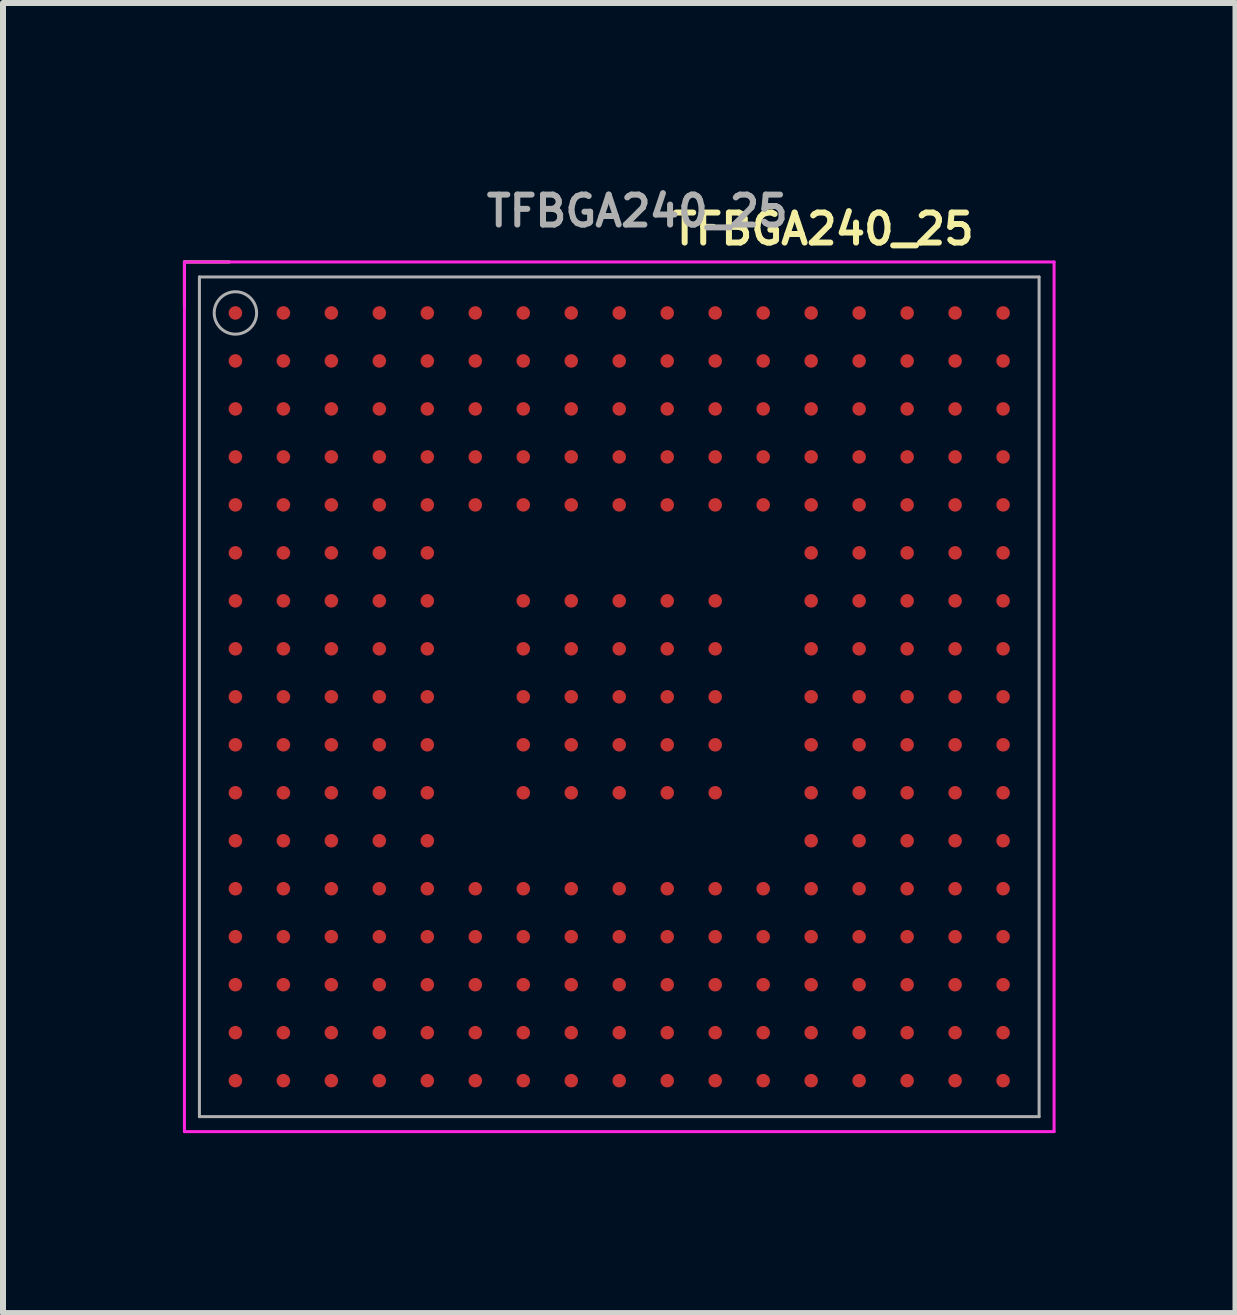
<source format=kicad_pcb>
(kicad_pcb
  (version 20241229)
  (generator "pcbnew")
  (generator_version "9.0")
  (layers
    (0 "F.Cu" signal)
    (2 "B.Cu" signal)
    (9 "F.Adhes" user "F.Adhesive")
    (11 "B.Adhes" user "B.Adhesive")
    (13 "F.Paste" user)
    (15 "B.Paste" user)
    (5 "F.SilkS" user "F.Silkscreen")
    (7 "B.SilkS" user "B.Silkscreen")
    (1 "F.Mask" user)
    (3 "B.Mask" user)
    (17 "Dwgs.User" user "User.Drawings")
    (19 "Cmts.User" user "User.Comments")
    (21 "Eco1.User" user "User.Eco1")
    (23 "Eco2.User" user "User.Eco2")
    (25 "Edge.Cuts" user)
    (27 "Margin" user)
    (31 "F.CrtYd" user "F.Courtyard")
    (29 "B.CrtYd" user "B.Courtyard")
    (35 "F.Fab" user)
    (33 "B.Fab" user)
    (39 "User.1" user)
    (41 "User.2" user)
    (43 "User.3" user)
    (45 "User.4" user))
  (footprint "TFBGA240_25"
    (layer "F.Cu")
    (at 7.275 8.568)
    (property "Reference" "TFBGA240_25" (at 3.4 -7.8 0) (layer "F.SilkS") (effects (font (size 0.5 0.5) (thickness 0.1))))
    (attr smd)
    (fp_line (start -7.25 -7.25) (end -7.25 -6.5) (stroke (width 0.05) (type solid)) (layer "F.SilkS"))
    (fp_line (start -6.5 -7.25) (end -7.25 -7.25) (stroke (width 0.05) (type solid)) (layer "F.SilkS"))
    (fp_line (start -7.25 -7.25) (end 7.25 -7.25) (stroke (width 0.05) (type solid)) (layer "F.CrtYd"))
    (fp_line (start -7.25 7.25) (end -7.25 -7.25) (stroke (width 0.05) (type solid)) (layer "F.CrtYd"))
    (fp_line (start 7.25 -7.25) (end 7.25 7.25) (stroke (width 0.05) (type solid)) (layer "F.CrtYd"))
    (fp_line (start 7.25 7.25) (end -7.25 7.25) (stroke (width 0.05) (type solid)) (layer "F.CrtYd"))
    (fp_line (start -7 -7) (end 7 -7) (stroke (width 0.05) (type solid)) (layer "F.Fab"))
    (fp_line (start -7 7) (end -7 -7) (stroke (width 0.05) (type solid)) (layer "F.Fab"))
    (fp_line (start 7 -7) (end 7 7) (stroke (width 0.05) (type solid)) (layer "F.Fab"))
    (fp_line (start 7 7) (end -7 7) (stroke (width 0.05) (type solid)) (layer "F.Fab"))
    (fp_circle (center -6.4 -6.4) (end -6.15 -6.15) (stroke (width 0.05) (type solid)) (fill no) (layer "F.Fab"))
    (fp_text user "${REFERENCE}" (at 0.3 -8.1 0) (layer "F.Fab") (effects (font (size 0.5 0.5) (thickness 0.1))))
    (pad "A1" smd circle (at -6.4 -6.4) (size 0.225 0.225) (layers "F.Cu" "F.Mask"))
    (pad "A2" smd circle (at -5.6 -6.4) (size 0.225 0.225) (layers "F.Cu" "F.Mask"))
    (pad "A3" smd circle (at -4.8 -6.4) (size 0.225 0.225) (layers "F.Cu" "F.Mask"))
    (pad "A4" smd circle (at -4 -6.4) (size 0.225 0.225) (layers "F.Cu" "F.Mask"))
    (pad "A5" smd circle (at -3.2 -6.4) (size 0.225 0.225) (layers "F.Cu" "F.Mask"))
    (pad "A6" smd circle (at -2.4 -6.4) (size 0.225 0.225) (layers "F.Cu" "F.Mask"))
    (pad "A7" smd circle (at -1.6 -6.4) (size 0.225 0.225) (layers "F.Cu" "F.Mask"))
    (pad "A8" smd circle (at -0.8 -6.4) (size 0.225 0.225) (layers "F.Cu" "F.Mask"))
    (pad "A9" smd circle (at 0 -6.4) (size 0.225 0.225) (layers "F.Cu" "F.Mask"))
    (pad "A10" smd circle (at 0.8 -6.4) (size 0.225 0.225) (layers "F.Cu" "F.Mask"))
    (pad "A11" smd circle (at 1.6 -6.4) (size 0.225 0.225) (layers "F.Cu" "F.Mask"))
    (pad "A12" smd circle (at 2.4 -6.4) (size 0.225 0.225) (layers "F.Cu" "F.Mask"))
    (pad "A13" smd circle (at 3.2 -6.4) (size 0.225 0.225) (layers "F.Cu" "F.Mask"))
    (pad "A14" smd circle (at 4 -6.4) (size 0.225 0.225) (layers "F.Cu" "F.Mask"))
    (pad "A15" smd circle (at 4.8 -6.4) (size 0.225 0.225) (layers "F.Cu" "F.Mask"))
    (pad "A16" smd circle (at 5.6 -6.4) (size 0.225 0.225) (layers "F.Cu" "F.Mask"))
    (pad "A17" smd circle (at 6.4 -6.4) (size 0.225 0.225) (layers "F.Cu" "F.Mask"))
    (pad "B1" smd circle (at -6.4 -5.6) (size 0.225 0.225) (layers "F.Cu" "F.Mask"))
    (pad "B2" smd circle (at -5.6 -5.6) (size 0.225 0.225) (layers "F.Cu" "F.Mask"))
    (pad "B3" smd circle (at -4.8 -5.6) (size 0.225 0.225) (layers "F.Cu" "F.Mask"))
    (pad "B4" smd circle (at -4 -5.6) (size 0.225 0.225) (layers "F.Cu" "F.Mask"))
    (pad "B5" smd circle (at -3.2 -5.6) (size 0.225 0.225) (layers "F.Cu" "F.Mask"))
    (pad "B6" smd circle (at -2.4 -5.6) (size 0.225 0.225) (layers "F.Cu" "F.Mask"))
    (pad "B7" smd circle (at -1.6 -5.6) (size 0.225 0.225) (layers "F.Cu" "F.Mask"))
    (pad "B8" smd circle (at -0.8 -5.6) (size 0.225 0.225) (layers "F.Cu" "F.Mask"))
    (pad "B9" smd circle (at 0 -5.6) (size 0.225 0.225) (layers "F.Cu" "F.Mask"))
    (pad "B10" smd circle (at 0.8 -5.6) (size 0.225 0.225) (layers "F.Cu" "F.Mask"))
    (pad "B11" smd circle (at 1.6 -5.6) (size 0.225 0.225) (layers "F.Cu" "F.Mask"))
    (pad "B12" smd circle (at 2.4 -5.6) (size 0.225 0.225) (layers "F.Cu" "F.Mask"))
    (pad "B13" smd circle (at 3.2 -5.6) (size 0.225 0.225) (layers "F.Cu" "F.Mask"))
    (pad "B14" smd circle (at 4 -5.6) (size 0.225 0.225) (layers "F.Cu" "F.Mask"))
    (pad "B15" smd circle (at 4.8 -5.6) (size 0.225 0.225) (layers "F.Cu" "F.Mask"))
    (pad "B16" smd circle (at 5.6 -5.6) (size 0.225 0.225) (layers "F.Cu" "F.Mask"))
    (pad "B17" smd circle (at 6.4 -5.6) (size 0.225 0.225) (layers "F.Cu" "F.Mask"))
    (pad "C1" smd circle (at -6.4 -4.8) (size 0.225 0.225) (layers "F.Cu" "F.Mask"))
    (pad "C2" smd circle (at -5.6 -4.8) (size 0.225 0.225) (layers "F.Cu" "F.Mask"))
    (pad "C3" smd circle (at -4.8 -4.8) (size 0.225 0.225) (layers "F.Cu" "F.Mask"))
    (pad "C4" smd circle (at -4 -4.8) (size 0.225 0.225) (layers "F.Cu" "F.Mask"))
    (pad "C5" smd circle (at -3.2 -4.8) (size 0.225 0.225) (layers "F.Cu" "F.Mask"))
    (pad "C6" smd circle (at -2.4 -4.8) (size 0.225 0.225) (layers "F.Cu" "F.Mask"))
    (pad "C7" smd circle (at -1.6 -4.8) (size 0.225 0.225) (layers "F.Cu" "F.Mask"))
    (pad "C8" smd circle (at -0.8 -4.8) (size 0.225 0.225) (layers "F.Cu" "F.Mask"))
    (pad "C9" smd circle (at 0 -4.8) (size 0.225 0.225) (layers "F.Cu" "F.Mask"))
    (pad "C10" smd circle (at 0.8 -4.8) (size 0.225 0.225) (layers "F.Cu" "F.Mask"))
    (pad "C11" smd circle (at 1.6 -4.8) (size 0.225 0.225) (layers "F.Cu" "F.Mask"))
    (pad "C12" smd circle (at 2.4 -4.8) (size 0.225 0.225) (layers "F.Cu" "F.Mask"))
    (pad "C13" smd circle (at 3.2 -4.8) (size 0.225 0.225) (layers "F.Cu" "F.Mask"))
    (pad "C14" smd circle (at 4 -4.8) (size 0.225 0.225) (layers "F.Cu" "F.Mask"))
    (pad "C15" smd circle (at 4.8 -4.8) (size 0.225 0.225) (layers "F.Cu" "F.Mask"))
    (pad "C16" smd circle (at 5.6 -4.8) (size 0.225 0.225) (layers "F.Cu" "F.Mask"))
    (pad "C17" smd circle (at 6.4 -4.8) (size 0.225 0.225) (layers "F.Cu" "F.Mask"))
    (pad "D1" smd circle (at -6.4 -4) (size 0.225 0.225) (layers "F.Cu" "F.Mask"))
    (pad "D2" smd circle (at -5.6 -4) (size 0.225 0.225) (layers "F.Cu" "F.Mask"))
    (pad "D3" smd circle (at -4.8 -4) (size 0.225 0.225) (layers "F.Cu" "F.Mask"))
    (pad "D4" smd circle (at -4 -4) (size 0.225 0.225) (layers "F.Cu" "F.Mask"))
    (pad "D5" smd circle (at -3.2 -4) (size 0.225 0.225) (layers "F.Cu" "F.Mask"))
    (pad "D6" smd circle (at -2.4 -4) (size 0.225 0.225) (layers "F.Cu" "F.Mask"))
    (pad "D7" smd circle (at -1.6 -4) (size 0.225 0.225) (layers "F.Cu" "F.Mask"))
    (pad "D8" smd circle (at -0.8 -4) (size 0.225 0.225) (layers "F.Cu" "F.Mask"))
    (pad "D9" smd circle (at 0 -4) (size 0.225 0.225) (layers "F.Cu" "F.Mask"))
    (pad "D10" smd circle (at 0.8 -4) (size 0.225 0.225) (layers "F.Cu" "F.Mask"))
    (pad "D11" smd circle (at 1.6 -4) (size 0.225 0.225) (layers "F.Cu" "F.Mask"))
    (pad "D12" smd circle (at 2.4 -4) (size 0.225 0.225) (layers "F.Cu" "F.Mask"))
    (pad "D13" smd circle (at 3.2 -4) (size 0.225 0.225) (layers "F.Cu" "F.Mask"))
    (pad "D14" smd circle (at 4 -4) (size 0.225 0.225) (layers "F.Cu" "F.Mask"))
    (pad "D15" smd circle (at 4.8 -4) (size 0.225 0.225) (layers "F.Cu" "F.Mask"))
    (pad "D16" smd circle (at 5.6 -4) (size 0.225 0.225) (layers "F.Cu" "F.Mask"))
    (pad "D17" smd circle (at 6.4 -4) (size 0.225 0.225) (layers "F.Cu" "F.Mask"))
    (pad "E1" smd circle (at -6.4 -3.2) (size 0.225 0.225) (layers "F.Cu" "F.Mask"))
    (pad "E2" smd circle (at -5.6 -3.2) (size 0.225 0.225) (layers "F.Cu" "F.Mask"))
    (pad "E3" smd circle (at -4.8 -3.2) (size 0.225 0.225) (layers "F.Cu" "F.Mask"))
    (pad "E4" smd circle (at -4 -3.2) (size 0.225 0.225) (layers "F.Cu" "F.Mask"))
    (pad "E5" smd circle (at -3.2 -3.2) (size 0.225 0.225) (layers "F.Cu" "F.Mask"))
    (pad "E6" smd circle (at -2.4 -3.2) (size 0.225 0.225) (layers "F.Cu" "F.Mask"))
    (pad "E7" smd circle (at -1.6 -3.2) (size 0.225 0.225) (layers "F.Cu" "F.Mask"))
    (pad "E8" smd circle (at -0.8 -3.2) (size 0.225 0.225) (layers "F.Cu" "F.Mask"))
    (pad "E9" smd circle (at 0 -3.2) (size 0.225 0.225) (layers "F.Cu" "F.Mask"))
    (pad "E10" smd circle (at 0.8 -3.2) (size 0.225 0.225) (layers "F.Cu" "F.Mask"))
    (pad "E11" smd circle (at 1.6 -3.2) (size 0.225 0.225) (layers "F.Cu" "F.Mask"))
    (pad "E12" smd circle (at 2.4 -3.2) (size 0.225 0.225) (layers "F.Cu" "F.Mask"))
    (pad "E13" smd circle (at 3.2 -3.2) (size 0.225 0.225) (layers "F.Cu" "F.Mask"))
    (pad "E14" smd circle (at 4 -3.2) (size 0.225 0.225) (layers "F.Cu" "F.Mask"))
    (pad "E15" smd circle (at 4.8 -3.2) (size 0.225 0.225) (layers "F.Cu" "F.Mask"))
    (pad "E16" smd circle (at 5.6 -3.2) (size 0.225 0.225) (layers "F.Cu" "F.Mask"))
    (pad "E17" smd circle (at 6.4 -3.2) (size 0.225 0.225) (layers "F.Cu" "F.Mask"))
    (pad "F1" smd circle (at -6.4 -2.4) (size 0.225 0.225) (layers "F.Cu" "F.Mask"))
    (pad "F2" smd circle (at -5.6 -2.4) (size 0.225 0.225) (layers "F.Cu" "F.Mask"))
    (pad "F3" smd circle (at -4.8 -2.4) (size 0.225 0.225) (layers "F.Cu" "F.Mask"))
    (pad "F4" smd circle (at -4 -2.4) (size 0.225 0.225) (layers "F.Cu" "F.Mask"))
    (pad "F5" smd circle (at -3.2 -2.4) (size 0.225 0.225) (layers "F.Cu" "F.Mask"))
    (pad "F13" smd circle (at 3.2 -2.4) (size 0.225 0.225) (layers "F.Cu" "F.Mask"))
    (pad "F14" smd circle (at 4 -2.4) (size 0.225 0.225) (layers "F.Cu" "F.Mask"))
    (pad "F15" smd circle (at 4.8 -2.4) (size 0.225 0.225) (layers "F.Cu" "F.Mask"))
    (pad "F16" smd circle (at 5.6 -2.4) (size 0.225 0.225) (layers "F.Cu" "F.Mask"))
    (pad "F17" smd circle (at 6.4 -2.4) (size 0.225 0.225) (layers "F.Cu" "F.Mask"))
    (pad "G1" smd circle (at -6.4 -1.6) (size 0.225 0.225) (layers "F.Cu" "F.Mask"))
    (pad "G2" smd circle (at -5.6 -1.6) (size 0.225 0.225) (layers "F.Cu" "F.Mask"))
    (pad "G3" smd circle (at -4.8 -1.6) (size 0.225 0.225) (layers "F.Cu" "F.Mask"))
    (pad "G4" smd circle (at -4 -1.6) (size 0.225 0.225) (layers "F.Cu" "F.Mask"))
    (pad "G5" smd circle (at -3.2 -1.6) (size 0.225 0.225) (layers "F.Cu" "F.Mask"))
    (pad "G7" smd circle (at -1.6 -1.6) (size 0.225 0.225) (layers "F.Cu" "F.Mask"))
    (pad "G8" smd circle (at -0.8 -1.6) (size 0.225 0.225) (layers "F.Cu" "F.Mask"))
    (pad "G9" smd circle (at 0 -1.6) (size 0.225 0.225) (layers "F.Cu" "F.Mask"))
    (pad "G10" smd circle (at 0.8 -1.6) (size 0.225 0.225) (layers "F.Cu" "F.Mask"))
    (pad "G11" smd circle (at 1.6 -1.6) (size 0.225 0.225) (layers "F.Cu" "F.Mask"))
    (pad "G13" smd circle (at 3.2 -1.6) (size 0.225 0.225) (layers "F.Cu" "F.Mask"))
    (pad "G14" smd circle (at 4 -1.6) (size 0.225 0.225) (layers "F.Cu" "F.Mask"))
    (pad "G15" smd circle (at 4.8 -1.6) (size 0.225 0.225) (layers "F.Cu" "F.Mask"))
    (pad "G16" smd circle (at 5.6 -1.6) (size 0.225 0.225) (layers "F.Cu" "F.Mask"))
    (pad "G17" smd circle (at 6.4 -1.6) (size 0.225 0.225) (layers "F.Cu" "F.Mask"))
    (pad "H1" smd circle (at -6.4 -0.8) (size 0.225 0.225) (layers "F.Cu" "F.Mask"))
    (pad "H2" smd circle (at -5.6 -0.8) (size 0.225 0.225) (layers "F.Cu" "F.Mask"))
    (pad "H3" smd circle (at -4.8 -0.8) (size 0.225 0.225) (layers "F.Cu" "F.Mask"))
    (pad "H4" smd circle (at -4 -0.8) (size 0.225 0.225) (layers "F.Cu" "F.Mask"))
    (pad "H5" smd circle (at -3.2 -0.8) (size 0.225 0.225) (layers "F.Cu" "F.Mask"))
    (pad "H7" smd circle (at -1.6 -0.8) (size 0.225 0.225) (layers "F.Cu" "F.Mask"))
    (pad "H8" smd circle (at -0.8 -0.8) (size 0.225 0.225) (layers "F.Cu" "F.Mask"))
    (pad "H9" smd circle (at 0 -0.8) (size 0.225 0.225) (layers "F.Cu" "F.Mask"))
    (pad "H10" smd circle (at 0.8 -0.8) (size 0.225 0.225) (layers "F.Cu" "F.Mask"))
    (pad "H11" smd circle (at 1.6 -0.8) (size 0.225 0.225) (layers "F.Cu" "F.Mask"))
    (pad "H13" smd circle (at 3.2 -0.8) (size 0.225 0.225) (layers "F.Cu" "F.Mask"))
    (pad "H14" smd circle (at 4 -0.8) (size 0.225 0.225) (layers "F.Cu" "F.Mask"))
    (pad "H15" smd circle (at 4.8 -0.8) (size 0.225 0.225) (layers "F.Cu" "F.Mask"))
    (pad "H16" smd circle (at 5.6 -0.8) (size 0.225 0.225) (layers "F.Cu" "F.Mask"))
    (pad "H17" smd circle (at 6.4 -0.8) (size 0.225 0.225) (layers "F.Cu" "F.Mask"))
    (pad "J1" smd circle (at -6.4 0) (size 0.225 0.225) (layers "F.Cu" "F.Mask"))
    (pad "J2" smd circle (at -5.6 0) (size 0.225 0.225) (layers "F.Cu" "F.Mask"))
    (pad "J3" smd circle (at -4.8 0) (size 0.225 0.225) (layers "F.Cu" "F.Mask"))
    (pad "J4" smd circle (at -4 0) (size 0.225 0.225) (layers "F.Cu" "F.Mask"))
    (pad "J5" smd circle (at -3.2 0) (size 0.225 0.225) (layers "F.Cu" "F.Mask"))
    (pad "J7" smd circle (at -1.6 0) (size 0.225 0.225) (layers "F.Cu" "F.Mask"))
    (pad "J8" smd circle (at -0.8 0) (size 0.225 0.225) (layers "F.Cu" "F.Mask"))
    (pad "J9" smd circle (at 0 0) (size 0.225 0.225) (layers "F.Cu" "F.Mask"))
    (pad "J10" smd circle (at 0.8 0) (size 0.225 0.225) (layers "F.Cu" "F.Mask"))
    (pad "J11" smd circle (at 1.6 0) (size 0.225 0.225) (layers "F.Cu" "F.Mask"))
    (pad "J13" smd circle (at 3.2 0) (size 0.225 0.225) (layers "F.Cu" "F.Mask"))
    (pad "J14" smd circle (at 4 0) (size 0.225 0.225) (layers "F.Cu" "F.Mask"))
    (pad "J15" smd circle (at 4.8 0) (size 0.225 0.225) (layers "F.Cu" "F.Mask"))
    (pad "J16" smd circle (at 5.6 0) (size 0.225 0.225) (layers "F.Cu" "F.Mask"))
    (pad "J17" smd circle (at 6.4 0) (size 0.225 0.225) (layers "F.Cu" "F.Mask"))
    (pad "K1" smd circle (at -6.4 0.8) (size 0.225 0.225) (layers "F.Cu" "F.Mask"))
    (pad "K2" smd circle (at -5.6 0.8) (size 0.225 0.225) (layers "F.Cu" "F.Mask"))
    (pad "K3" smd circle (at -4.8 0.8) (size 0.225 0.225) (layers "F.Cu" "F.Mask"))
    (pad "K4" smd circle (at -4 0.8) (size 0.225 0.225) (layers "F.Cu" "F.Mask"))
    (pad "K5" smd circle (at -3.2 0.8) (size 0.225 0.225) (layers "F.Cu" "F.Mask"))
    (pad "K7" smd circle (at -1.6 0.8) (size 0.225 0.225) (layers "F.Cu" "F.Mask"))
    (pad "K8" smd circle (at -0.8 0.8) (size 0.225 0.225) (layers "F.Cu" "F.Mask"))
    (pad "K9" smd circle (at 0 0.8) (size 0.225 0.225) (layers "F.Cu" "F.Mask"))
    (pad "K10" smd circle (at 0.8 0.8) (size 0.225 0.225) (layers "F.Cu" "F.Mask"))
    (pad "K11" smd circle (at 1.6 0.8) (size 0.225 0.225) (layers "F.Cu" "F.Mask"))
    (pad "K13" smd circle (at 3.2 0.8) (size 0.225 0.225) (layers "F.Cu" "F.Mask"))
    (pad "K14" smd circle (at 4 0.8) (size 0.225 0.225) (layers "F.Cu" "F.Mask"))
    (pad "K15" smd circle (at 4.8 0.8) (size 0.225 0.225) (layers "F.Cu" "F.Mask"))
    (pad "K16" smd circle (at 5.6 0.8) (size 0.225 0.225) (layers "F.Cu" "F.Mask"))
    (pad "K17" smd circle (at 6.4 0.8) (size 0.225 0.225) (layers "F.Cu" "F.Mask"))
    (pad "L1" smd circle (at -6.4 1.6) (size 0.225 0.225) (layers "F.Cu" "F.Mask"))
    (pad "L2" smd circle (at -5.6 1.6) (size 0.225 0.225) (layers "F.Cu" "F.Mask"))
    (pad "L3" smd circle (at -4.8 1.6) (size 0.225 0.225) (layers "F.Cu" "F.Mask"))
    (pad "L4" smd circle (at -4 1.6) (size 0.225 0.225) (layers "F.Cu" "F.Mask"))
    (pad "L5" smd circle (at -3.2 1.6) (size 0.225 0.225) (layers "F.Cu" "F.Mask"))
    (pad "L7" smd circle (at -1.6 1.6) (size 0.225 0.225) (layers "F.Cu" "F.Mask"))
    (pad "L8" smd circle (at -0.8 1.6) (size 0.225 0.225) (layers "F.Cu" "F.Mask"))
    (pad "L9" smd circle (at 0 1.6) (size 0.225 0.225) (layers "F.Cu" "F.Mask"))
    (pad "L10" smd circle (at 0.8 1.6) (size 0.225 0.225) (layers "F.Cu" "F.Mask"))
    (pad "L11" smd circle (at 1.6 1.6) (size 0.225 0.225) (layers "F.Cu" "F.Mask"))
    (pad "L13" smd circle (at 3.2 1.6) (size 0.225 0.225) (layers "F.Cu" "F.Mask"))
    (pad "L14" smd circle (at 4 1.6) (size 0.225 0.225) (layers "F.Cu" "F.Mask"))
    (pad "L15" smd circle (at 4.8 1.6) (size 0.225 0.225) (layers "F.Cu" "F.Mask"))
    (pad "L16" smd circle (at 5.6 1.6) (size 0.225 0.225) (layers "F.Cu" "F.Mask"))
    (pad "L17" smd circle (at 6.4 1.6) (size 0.225 0.225) (layers "F.Cu" "F.Mask"))
    (pad "M1" smd circle (at -6.4 2.4) (size 0.225 0.225) (layers "F.Cu" "F.Mask"))
    (pad "M2" smd circle (at -5.6 2.4) (size 0.225 0.225) (layers "F.Cu" "F.Mask"))
    (pad "M3" smd circle (at -4.8 2.4) (size 0.225 0.225) (layers "F.Cu" "F.Mask"))
    (pad "M4" smd circle (at -4 2.4) (size 0.225 0.225) (layers "F.Cu" "F.Mask"))
    (pad "M5" smd circle (at -3.2 2.4) (size 0.225 0.225) (layers "F.Cu" "F.Mask"))
    (pad "M13" smd circle (at 3.2 2.4) (size 0.225 0.225) (layers "F.Cu" "F.Mask"))
    (pad "M14" smd circle (at 4 2.4) (size 0.225 0.225) (layers "F.Cu" "F.Mask"))
    (pad "M15" smd circle (at 4.8 2.4) (size 0.225 0.225) (layers "F.Cu" "F.Mask"))
    (pad "M16" smd circle (at 5.6 2.4) (size 0.225 0.225) (layers "F.Cu" "F.Mask"))
    (pad "M17" smd circle (at 6.4 2.4) (size 0.225 0.225) (layers "F.Cu" "F.Mask"))
    (pad "N1" smd circle (at -6.4 3.2) (size 0.225 0.225) (layers "F.Cu" "F.Mask"))
    (pad "N2" smd circle (at -5.6 3.2) (size 0.225 0.225) (layers "F.Cu" "F.Mask"))
    (pad "N3" smd circle (at -4.8 3.2) (size 0.225 0.225) (layers "F.Cu" "F.Mask"))
    (pad "N4" smd circle (at -4 3.2) (size 0.225 0.225) (layers "F.Cu" "F.Mask"))
    (pad "N5" smd circle (at -3.2 3.2) (size 0.225 0.225) (layers "F.Cu" "F.Mask"))
    (pad "N6" smd circle (at -2.4 3.2) (size 0.225 0.225) (layers "F.Cu" "F.Mask"))
    (pad "N7" smd circle (at -1.6 3.2) (size 0.225 0.225) (layers "F.Cu" "F.Mask"))
    (pad "N8" smd circle (at -0.8 3.2) (size 0.225 0.225) (layers "F.Cu" "F.Mask"))
    (pad "N9" smd circle (at 0 3.2) (size 0.225 0.225) (layers "F.Cu" "F.Mask"))
    (pad "N10" smd circle (at 0.8 3.2) (size 0.225 0.225) (layers "F.Cu" "F.Mask"))
    (pad "N11" smd circle (at 1.6 3.2) (size 0.225 0.225) (layers "F.Cu" "F.Mask"))
    (pad "N12" smd circle (at 2.4 3.2) (size 0.225 0.225) (layers "F.Cu" "F.Mask"))
    (pad "N13" smd circle (at 3.2 3.2) (size 0.225 0.225) (layers "F.Cu" "F.Mask"))
    (pad "N14" smd circle (at 4 3.2) (size 0.225 0.225) (layers "F.Cu" "F.Mask"))
    (pad "N15" smd circle (at 4.8 3.2) (size 0.225 0.225) (layers "F.Cu" "F.Mask"))
    (pad "N16" smd circle (at 5.6 3.2) (size 0.225 0.225) (layers "F.Cu" "F.Mask"))
    (pad "N17" smd circle (at 6.4 3.2) (size 0.225 0.225) (layers "F.Cu" "F.Mask"))
    (pad "P1" smd circle (at -6.4 4) (size 0.225 0.225) (layers "F.Cu" "F.Mask"))
    (pad "P2" smd circle (at -5.6 4) (size 0.225 0.225) (layers "F.Cu" "F.Mask"))
    (pad "P3" smd circle (at -4.8 4) (size 0.225 0.225) (layers "F.Cu" "F.Mask"))
    (pad "P4" smd circle (at -4 4) (size 0.225 0.225) (layers "F.Cu" "F.Mask"))
    (pad "P5" smd circle (at -3.2 4) (size 0.225 0.225) (layers "F.Cu" "F.Mask"))
    (pad "P6" smd circle (at -2.4 4) (size 0.225 0.225) (layers "F.Cu" "F.Mask"))
    (pad "P7" smd circle (at -1.6 4) (size 0.225 0.225) (layers "F.Cu" "F.Mask"))
    (pad "P8" smd circle (at -0.8 4) (size 0.225 0.225) (layers "F.Cu" "F.Mask"))
    (pad "P9" smd circle (at 0 4) (size 0.225 0.225) (layers "F.Cu" "F.Mask"))
    (pad "P10" smd circle (at 0.8 4) (size 0.225 0.225) (layers "F.Cu" "F.Mask"))
    (pad "P11" smd circle (at 1.6 4) (size 0.225 0.225) (layers "F.Cu" "F.Mask"))
    (pad "P12" smd circle (at 2.4 4) (size 0.225 0.225) (layers "F.Cu" "F.Mask"))
    (pad "P13" smd circle (at 3.2 4) (size 0.225 0.225) (layers "F.Cu" "F.Mask"))
    (pad "P14" smd circle (at 4 4) (size 0.225 0.225) (layers "F.Cu" "F.Mask"))
    (pad "P15" smd circle (at 4.8 4) (size 0.225 0.225) (layers "F.Cu" "F.Mask"))
    (pad "P16" smd circle (at 5.6 4) (size 0.225 0.225) (layers "F.Cu" "F.Mask"))
    (pad "P17" smd circle (at 6.4 4) (size 0.225 0.225) (layers "F.Cu" "F.Mask"))
    (pad "R1" smd circle (at -6.4 4.8) (size 0.225 0.225) (layers "F.Cu" "F.Mask"))
    (pad "R2" smd circle (at -5.6 4.8) (size 0.225 0.225) (layers "F.Cu" "F.Mask"))
    (pad "R3" smd circle (at -4.8 4.8) (size 0.225 0.225) (layers "F.Cu" "F.Mask"))
    (pad "R4" smd circle (at -4 4.8) (size 0.225 0.225) (layers "F.Cu" "F.Mask"))
    (pad "R5" smd circle (at -3.2 4.8) (size 0.225 0.225) (layers "F.Cu" "F.Mask"))
    (pad "R6" smd circle (at -2.4 4.8) (size 0.225 0.225) (layers "F.Cu" "F.Mask"))
    (pad "R7" smd circle (at -1.6 4.8) (size 0.225 0.225) (layers "F.Cu" "F.Mask"))
    (pad "R8" smd circle (at -0.8 4.8) (size 0.225 0.225) (layers "F.Cu" "F.Mask"))
    (pad "R9" smd circle (at 0 4.8) (size 0.225 0.225) (layers "F.Cu" "F.Mask"))
    (pad "R10" smd circle (at 0.8 4.8) (size 0.225 0.225) (layers "F.Cu" "F.Mask"))
    (pad "R11" smd circle (at 1.6 4.8) (size 0.225 0.225) (layers "F.Cu" "F.Mask"))
    (pad "R12" smd circle (at 2.4 4.8) (size 0.225 0.225) (layers "F.Cu" "F.Mask"))
    (pad "R13" smd circle (at 3.2 4.8) (size 0.225 0.225) (layers "F.Cu" "F.Mask"))
    (pad "R14" smd circle (at 4 4.8) (size 0.225 0.225) (layers "F.Cu" "F.Mask"))
    (pad "R15" smd circle (at 4.8 4.8) (size 0.225 0.225) (layers "F.Cu" "F.Mask"))
    (pad "R16" smd circle (at 5.6 4.8) (size 0.225 0.225) (layers "F.Cu" "F.Mask"))
    (pad "R17" smd circle (at 6.4 4.8) (size 0.225 0.225) (layers "F.Cu" "F.Mask"))
    (pad "T1" smd circle (at -6.4 5.6) (size 0.225 0.225) (layers "F.Cu" "F.Mask"))
    (pad "T2" smd circle (at -5.6 5.6) (size 0.225 0.225) (layers "F.Cu" "F.Mask"))
    (pad "T3" smd circle (at -4.8 5.6) (size 0.225 0.225) (layers "F.Cu" "F.Mask"))
    (pad "T4" smd circle (at -4 5.6) (size 0.225 0.225) (layers "F.Cu" "F.Mask"))
    (pad "T5" smd circle (at -3.2 5.6) (size 0.225 0.225) (layers "F.Cu" "F.Mask"))
    (pad "T6" smd circle (at -2.4 5.6) (size 0.225 0.225) (layers "F.Cu" "F.Mask"))
    (pad "T7" smd circle (at -1.6 5.6) (size 0.225 0.225) (layers "F.Cu" "F.Mask"))
    (pad "T8" smd circle (at -0.8 5.6) (size 0.225 0.225) (layers "F.Cu" "F.Mask"))
    (pad "T9" smd circle (at 0 5.6) (size 0.225 0.225) (layers "F.Cu" "F.Mask"))
    (pad "T10" smd circle (at 0.8 5.6) (size 0.225 0.225) (layers "F.Cu" "F.Mask"))
    (pad "T11" smd circle (at 1.6 5.6) (size 0.225 0.225) (layers "F.Cu" "F.Mask"))
    (pad "T12" smd circle (at 2.4 5.6) (size 0.225 0.225) (layers "F.Cu" "F.Mask"))
    (pad "T13" smd circle (at 3.2 5.6) (size 0.225 0.225) (layers "F.Cu" "F.Mask"))
    (pad "T14" smd circle (at 4 5.6) (size 0.225 0.225) (layers "F.Cu" "F.Mask"))
    (pad "T15" smd circle (at 4.8 5.6) (size 0.225 0.225) (layers "F.Cu" "F.Mask"))
    (pad "T16" smd circle (at 5.6 5.6) (size 0.225 0.225) (layers "F.Cu" "F.Mask"))
    (pad "T17" smd circle (at 6.4 5.6) (size 0.225 0.225) (layers "F.Cu" "F.Mask"))
    (pad "U1" smd circle (at -6.4 6.4) (size 0.225 0.225) (layers "F.Cu" "F.Mask"))
    (pad "U2" smd circle (at -5.6 6.4) (size 0.225 0.225) (layers "F.Cu" "F.Mask"))
    (pad "U3" smd circle (at -4.8 6.4) (size 0.225 0.225) (layers "F.Cu" "F.Mask"))
    (pad "U4" smd circle (at -4 6.4) (size 0.225 0.225) (layers "F.Cu" "F.Mask"))
    (pad "U5" smd circle (at -3.2 6.4) (size 0.225 0.225) (layers "F.Cu" "F.Mask"))
    (pad "U6" smd circle (at -2.4 6.4) (size 0.225 0.225) (layers "F.Cu" "F.Mask"))
    (pad "U7" smd circle (at -1.6 6.4) (size 0.225 0.225) (layers "F.Cu" "F.Mask"))
    (pad "U8" smd circle (at -0.8 6.4) (size 0.225 0.225) (layers "F.Cu" "F.Mask"))
    (pad "U9" smd circle (at 0 6.4) (size 0.225 0.225) (layers "F.Cu" "F.Mask"))
    (pad "U10" smd circle (at 0.8 6.4) (size 0.225 0.225) (layers "F.Cu" "F.Mask"))
    (pad "U11" smd circle (at 1.6 6.4) (size 0.225 0.225) (layers "F.Cu" "F.Mask"))
    (pad "U12" smd circle (at 2.4 6.4) (size 0.225 0.225) (layers "F.Cu" "F.Mask"))
    (pad "U13" smd circle (at 3.2 6.4) (size 0.225 0.225) (layers "F.Cu" "F.Mask"))
    (pad "U14" smd circle (at 4 6.4) (size 0.225 0.225) (layers "F.Cu" "F.Mask"))
    (pad "U15" smd circle (at 4.8 6.4) (size 0.225 0.225) (layers "F.Cu" "F.Mask"))
    (pad "U16" smd circle (at 5.6 6.4) (size 0.225 0.225) (layers "F.Cu" "F.Mask"))
    (pad "U17" smd circle (at 6.4 6.4) (size 0.225 0.225) (layers "F.Cu" "F.Mask")))
  (gr_rect
    (start -3 -3)
    (end 17.55 18.843)
    (stroke (width 0.1) (type default))
    (fill no)
    (layer "Edge.Cuts")))
</source>
